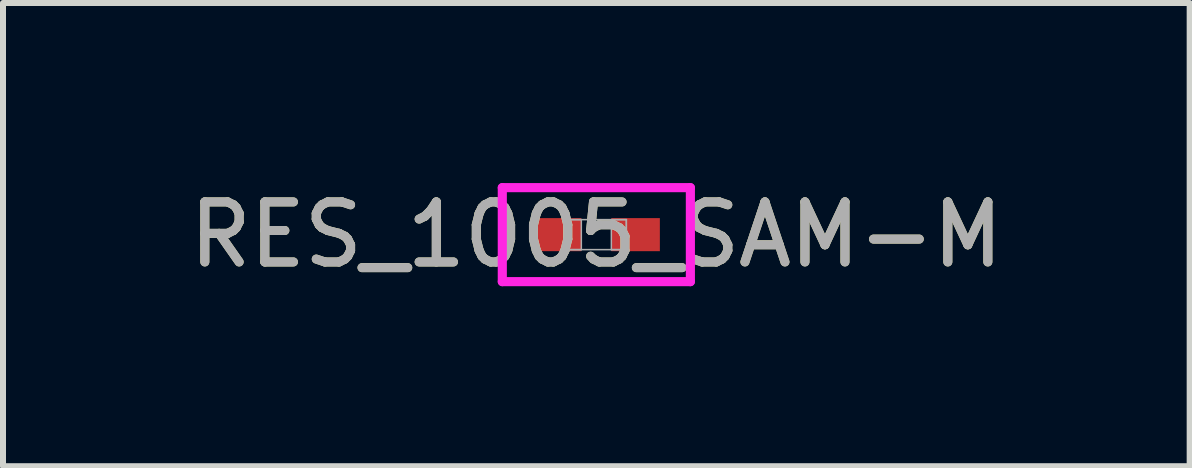
<source format=kicad_pcb>
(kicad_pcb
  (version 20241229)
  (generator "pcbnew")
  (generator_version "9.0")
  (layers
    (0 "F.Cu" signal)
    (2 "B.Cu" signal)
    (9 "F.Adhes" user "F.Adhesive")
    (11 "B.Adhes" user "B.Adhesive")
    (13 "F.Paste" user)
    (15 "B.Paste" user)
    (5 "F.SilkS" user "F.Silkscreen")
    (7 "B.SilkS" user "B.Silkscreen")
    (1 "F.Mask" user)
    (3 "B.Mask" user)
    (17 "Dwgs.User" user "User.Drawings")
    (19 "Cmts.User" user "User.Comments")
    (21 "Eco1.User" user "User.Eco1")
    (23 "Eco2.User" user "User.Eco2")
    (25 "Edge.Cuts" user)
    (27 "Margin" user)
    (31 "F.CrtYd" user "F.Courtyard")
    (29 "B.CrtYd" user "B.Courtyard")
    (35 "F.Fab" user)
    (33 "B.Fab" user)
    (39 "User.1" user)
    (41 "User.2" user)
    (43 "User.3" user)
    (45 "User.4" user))
  (footprint "RES_1005_SAM-M"
    (layer "F.Cu")
    (at 6.887 0.86)
    (property "Reference" "RES_1005_SAM-M" (at 0 0 0) (unlocked yes) (layer "F.SilkS") (effects (font (size 1 1) (thickness 0.15))))
    (attr smd)
    (fp_line (start -1.567 -0.783) (end 1.567 -0.783) (stroke (width 0.152) (type solid)) (layer "F.CrtYd"))
    (fp_line (start -1.567 0.783) (end -1.567 -0.783) (stroke (width 0.152) (type solid)) (layer "F.CrtYd"))
    (fp_line (start 1.567 -0.783) (end 1.567 0.783) (stroke (width 0.152) (type solid)) (layer "F.CrtYd"))
    (fp_line (start 1.567 0.783) (end -1.567 0.783) (stroke (width 0.152) (type solid)) (layer "F.CrtYd"))
    (fp_line (start -0.5 -0.25) (end -0.5 0.25) (stroke (width 0.025) (type solid)) (layer "F.Fab"))
    (fp_line (start -0.5 -0.25) (end -0.5 0.25) (stroke (width 0.025) (type solid)) (layer "F.Fab"))
    (fp_line (start -0.5 0.25) (end -0.25 0.25) (stroke (width 0.025) (type solid)) (layer "F.Fab"))
    (fp_line (start -0.5 0.25) (end 0.5 0.25) (stroke (width 0.025) (type solid)) (layer "F.Fab"))
    (fp_line (start -0.25 -0.25) (end -0.5 -0.25) (stroke (width 0.025) (type solid)) (layer "F.Fab"))
    (fp_line (start -0.25 0.25) (end -0.25 -0.25) (stroke (width 0.025) (type solid)) (layer "F.Fab"))
    (fp_line (start 0.25 -0.25) (end 0.25 0.25) (stroke (width 0.025) (type solid)) (layer "F.Fab"))
    (fp_line (start 0.25 0.25) (end 0.5 0.25) (stroke (width 0.025) (type solid)) (layer "F.Fab"))
    (fp_line (start 0.5 -0.25) (end -0.5 -0.25) (stroke (width 0.025) (type solid)) (layer "F.Fab"))
    (fp_line (start 0.5 -0.25) (end 0.25 -0.25) (stroke (width 0.025) (type solid)) (layer "F.Fab"))
    (fp_line (start 0.5 0.25) (end 0.5 -0.25) (stroke (width 0.025) (type solid)) (layer "F.Fab"))
    (fp_line (start 0.5 0.25) (end 0.5 -0.25) (stroke (width 0.025) (type solid)) (layer "F.Fab"))
    (fp_text user "${REFERENCE}" (at 0 0 0) (unlocked yes) (layer "F.Fab") (effects (font (size 1 1) (thickness 0.15))))
    (pad "1" smd rect (at -0.654 0) (size 0.809 0.551) (layers "F.Cu" "F.Mask" "F.Paste"))
    (pad "2" smd rect (at 0.654 0) (size 0.809 0.551) (layers "F.Cu" "F.Mask" "F.Paste"))
    (zone (net_name "") (layer "F.Cu") (hatch full 0.508) (connect_pads) (min_thickness 0.254) (filled_areas_thickness no) (keepout (tracks not_allowed) (vias not_allowed) (pads allowed) (copperpour not_allowed) (footprints allowed)) (placement (enabled no)) (fill) (polygon (pts (xy 6.688 0.66) (xy 7.086 0.66) (xy 7.086 1.059) (xy 6.688 1.059)))))
  (gr_rect
    (start -3 -3)
    (end 16.774 4.719)
    (stroke (width 0.1) (type default))
    (fill no)
    (layer "Edge.Cuts")))
</source>
